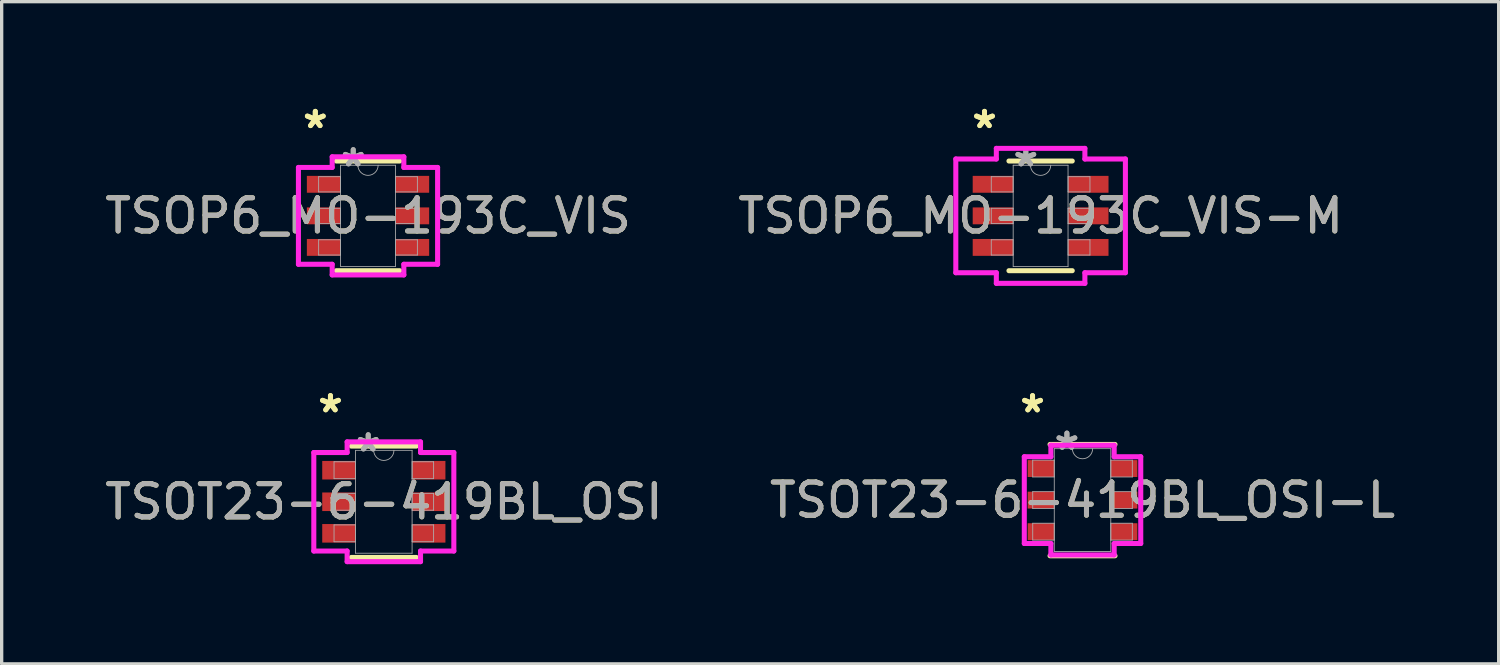
<source format=kicad_pcb>
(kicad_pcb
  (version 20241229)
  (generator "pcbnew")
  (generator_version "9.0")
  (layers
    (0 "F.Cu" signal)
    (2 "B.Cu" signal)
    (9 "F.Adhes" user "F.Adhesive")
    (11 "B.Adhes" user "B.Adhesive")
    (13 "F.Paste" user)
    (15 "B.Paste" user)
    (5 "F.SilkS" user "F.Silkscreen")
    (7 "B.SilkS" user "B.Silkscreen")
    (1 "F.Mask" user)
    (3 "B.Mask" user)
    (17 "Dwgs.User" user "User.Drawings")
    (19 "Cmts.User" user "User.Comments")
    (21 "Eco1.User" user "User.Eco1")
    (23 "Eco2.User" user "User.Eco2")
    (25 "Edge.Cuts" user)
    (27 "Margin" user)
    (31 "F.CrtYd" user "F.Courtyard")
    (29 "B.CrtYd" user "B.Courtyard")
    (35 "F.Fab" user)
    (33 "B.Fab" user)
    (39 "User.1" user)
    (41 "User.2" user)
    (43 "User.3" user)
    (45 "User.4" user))
  (footprint "TSOP6_MO-193C_VIS-M"
    (layer "F.Cu")
    (at 28.28 3.449)
    (property "Reference" "TSOP6_MO-193C_VIS-M" (at 0 0 0) (unlocked yes) (layer "F.SilkS") (effects (font (size 1 1) (thickness 0.15))))
    (attr smd)
    (fp_line (start -0.953 1.651) (end 0.953 1.651) (stroke (width 0.152) (type solid)) (layer "F.SilkS"))
    (fp_line (start 0.953 -1.651) (end -0.953 -1.651) (stroke (width 0.152) (type solid)) (layer "F.SilkS"))
    (fp_line (start -2.553 -1.712) (end -1.333 -1.712) (stroke (width 0.152) (type solid)) (layer "F.CrtYd"))
    (fp_line (start -2.553 1.712) (end -2.553 -1.712) (stroke (width 0.152) (type solid)) (layer "F.CrtYd"))
    (fp_line (start -2.553 1.712) (end -1.333 1.712) (stroke (width 0.152) (type solid)) (layer "F.CrtYd"))
    (fp_line (start -1.333 -2.032) (end 1.333 -2.032) (stroke (width 0.152) (type solid)) (layer "F.CrtYd"))
    (fp_line (start -1.333 -1.712) (end -1.333 -2.032) (stroke (width 0.152) (type solid)) (layer "F.CrtYd"))
    (fp_line (start -1.333 2.032) (end -1.333 1.712) (stroke (width 0.152) (type solid)) (layer "F.CrtYd"))
    (fp_line (start 1.333 -2.032) (end 1.333 -1.712) (stroke (width 0.152) (type solid)) (layer "F.CrtYd"))
    (fp_line (start 1.333 1.712) (end 1.333 2.032) (stroke (width 0.152) (type solid)) (layer "F.CrtYd"))
    (fp_line (start 1.333 2.032) (end -1.333 2.032) (stroke (width 0.152) (type solid)) (layer "F.CrtYd"))
    (fp_line (start 2.553 -1.712) (end 1.333 -1.712) (stroke (width 0.152) (type solid)) (layer "F.CrtYd"))
    (fp_line (start 2.553 -1.712) (end 2.553 1.712) (stroke (width 0.152) (type solid)) (layer "F.CrtYd"))
    (fp_line (start 2.553 1.712) (end 1.333 1.712) (stroke (width 0.152) (type solid)) (layer "F.CrtYd"))
    (fp_line (start -1.486 -1.179) (end -1.486 -0.721) (stroke (width 0.025) (type solid)) (layer "F.Fab"))
    (fp_line (start -1.486 -0.721) (end -0.826 -0.721) (stroke (width 0.025) (type solid)) (layer "F.Fab"))
    (fp_line (start -1.486 -0.229) (end -1.486 0.229) (stroke (width 0.025) (type solid)) (layer "F.Fab"))
    (fp_line (start -1.486 0.229) (end -0.826 0.229) (stroke (width 0.025) (type solid)) (layer "F.Fab"))
    (fp_line (start -1.486 0.721) (end -1.486 1.179) (stroke (width 0.025) (type solid)) (layer "F.Fab"))
    (fp_line (start -1.486 1.179) (end -0.826 1.179) (stroke (width 0.025) (type solid)) (layer "F.Fab"))
    (fp_line (start -0.826 -1.524) (end -0.826 1.524) (stroke (width 0.025) (type solid)) (layer "F.Fab"))
    (fp_line (start -0.826 -1.179) (end -1.486 -1.179) (stroke (width 0.025) (type solid)) (layer "F.Fab"))
    (fp_line (start -0.826 -0.721) (end -0.826 -1.179) (stroke (width 0.025) (type solid)) (layer "F.Fab"))
    (fp_line (start -0.826 -0.229) (end -1.486 -0.229) (stroke (width 0.025) (type solid)) (layer "F.Fab"))
    (fp_line (start -0.826 0.229) (end -0.826 -0.229) (stroke (width 0.025) (type solid)) (layer "F.Fab"))
    (fp_line (start -0.826 0.721) (end -1.486 0.721) (stroke (width 0.025) (type solid)) (layer "F.Fab"))
    (fp_line (start -0.826 1.179) (end -0.826 0.721) (stroke (width 0.025) (type solid)) (layer "F.Fab"))
    (fp_line (start -0.826 1.524) (end 0.826 1.524) (stroke (width 0.025) (type solid)) (layer "F.Fab"))
    (fp_line (start 0.826 -1.524) (end -0.826 -1.524) (stroke (width 0.025) (type solid)) (layer "F.Fab"))
    (fp_line (start 0.826 -1.179) (end 0.826 -0.721) (stroke (width 0.025) (type solid)) (layer "F.Fab"))
    (fp_line (start 0.826 -0.721) (end 1.486 -0.721) (stroke (width 0.025) (type solid)) (layer "F.Fab"))
    (fp_line (start 0.826 -0.229) (end 0.826 0.229) (stroke (width 0.025) (type solid)) (layer "F.Fab"))
    (fp_line (start 0.826 0.229) (end 1.486 0.229) (stroke (width 0.025) (type solid)) (layer "F.Fab"))
    (fp_line (start 0.826 0.721) (end 0.826 1.179) (stroke (width 0.025) (type solid)) (layer "F.Fab"))
    (fp_line (start 0.826 1.179) (end 1.486 1.179) (stroke (width 0.025) (type solid)) (layer "F.Fab"))
    (fp_line (start 0.826 1.524) (end 0.826 -1.524) (stroke (width 0.025) (type solid)) (layer "F.Fab"))
    (fp_line (start 1.486 -1.179) (end 0.826 -1.179) (stroke (width 0.025) (type solid)) (layer "F.Fab"))
    (fp_line (start 1.486 -0.721) (end 1.486 -1.179) (stroke (width 0.025) (type solid)) (layer "F.Fab"))
    (fp_line (start 1.486 -0.229) (end 0.826 -0.229) (stroke (width 0.025) (type solid)) (layer "F.Fab"))
    (fp_line (start 1.486 0.229) (end 1.486 -0.229) (stroke (width 0.025) (type solid)) (layer "F.Fab"))
    (fp_line (start 1.486 0.721) (end 0.826 0.721) (stroke (width 0.025) (type solid)) (layer "F.Fab"))
    (fp_line (start 1.486 1.179) (end 1.486 0.721) (stroke (width 0.025) (type solid)) (layer "F.Fab"))
    (fp_arc (start 0.3048 -1.524) (mid 0 -1.2192) (end -0.3048 -1.524) (stroke (width 0.0254) (type solid)) (layer "F.Fab"))
    (fp_text user "*" (at -1.689 -2.601 0) (layer "F.SilkS") (effects (font (size 1 1) (thickness 0.15))))
    (fp_text user "*" (at -1.689 -2.601 0) (unlocked yes) (layer "F.SilkS") (effects (font (size 1 1) (thickness 0.15))))
    (fp_text user "*" (at -0.445 -1.448 0) (unlocked yes) (layer "F.Fab") (effects (font (size 1 1) (thickness 0.15))))
    (fp_text user "*" (at -0.445 -1.448 0) (layer "F.Fab") (effects (font (size 1 1) (thickness 0.15))))
    (fp_text user "${REFERENCE}" (at 0 0 0) (unlocked yes) (layer "F.Fab") (effects (font (size 1 1) (thickness 0.15))))
    (pad "1" smd rect (at -1.435 -0.95) (size 1.219 0.508) (layers "F.Cu" "F.Mask" "F.Paste"))
    (pad "2" smd rect (at -1.435 0) (size 1.219 0.508) (layers "F.Cu" "F.Mask" "F.Paste"))
    (pad "3" smd rect (at -1.435 0.95) (size 1.219 0.508) (layers "F.Cu" "F.Mask" "F.Paste"))
    (pad "4" smd rect (at 1.435 0.95) (size 1.219 0.508) (layers "F.Cu" "F.Mask" "F.Paste"))
    (pad "5" smd rect (at 1.435 0) (size 1.219 0.508) (layers "F.Cu" "F.Mask" "F.Paste"))
    (pad "6" smd rect (at 1.435 -0.95) (size 1.219 0.508) (layers "F.Cu" "F.Mask" "F.Paste")))
  (footprint "TSOT23-6-419BL_OSI-L"
    (layer "F.Cu")
    (at 29.542 12.007)
    (property "Reference" "TSOT23-6-419BL_OSI-L" (at 0 0 0) (unlocked yes) (layer "F.SilkS") (effects (font (size 1 1) (thickness 0.15))))
    (attr smd)
    (fp_line (start -0.978 1.676) (end 0.978 1.676) (stroke (width 0.152) (type solid)) (layer "F.SilkS"))
    (fp_line (start 0.978 -1.676) (end -0.978 -1.676) (stroke (width 0.152) (type solid)) (layer "F.SilkS"))
    (fp_line (start -1.753 -1.306) (end -0.953 -1.306) (stroke (width 0.152) (type solid)) (layer "F.CrtYd"))
    (fp_line (start -1.753 1.306) (end -1.753 -1.306) (stroke (width 0.152) (type solid)) (layer "F.CrtYd"))
    (fp_line (start -1.753 1.306) (end -0.953 1.306) (stroke (width 0.152) (type solid)) (layer "F.CrtYd"))
    (fp_line (start -0.953 -1.651) (end 0.953 -1.651) (stroke (width 0.152) (type solid)) (layer "F.CrtYd"))
    (fp_line (start -0.953 -1.306) (end -0.953 -1.651) (stroke (width 0.152) (type solid)) (layer "F.CrtYd"))
    (fp_line (start -0.953 1.651) (end -0.953 1.306) (stroke (width 0.152) (type solid)) (layer "F.CrtYd"))
    (fp_line (start 0.953 -1.651) (end 0.953 -1.306) (stroke (width 0.152) (type solid)) (layer "F.CrtYd"))
    (fp_line (start 0.953 1.306) (end 0.953 1.651) (stroke (width 0.152) (type solid)) (layer "F.CrtYd"))
    (fp_line (start 0.953 1.651) (end -0.953 1.651) (stroke (width 0.152) (type solid)) (layer "F.CrtYd"))
    (fp_line (start 1.753 -1.306) (end 0.953 -1.306) (stroke (width 0.152) (type solid)) (layer "F.CrtYd"))
    (fp_line (start 1.753 -1.306) (end 1.753 1.306) (stroke (width 0.152) (type solid)) (layer "F.CrtYd"))
    (fp_line (start 1.753 1.306) (end 0.953 1.306) (stroke (width 0.152) (type solid)) (layer "F.CrtYd"))
    (fp_line (start -1.499 -1.204) (end -1.499 -0.696) (stroke (width 0.025) (type solid)) (layer "F.Fab"))
    (fp_line (start -1.499 -0.696) (end -0.851 -0.696) (stroke (width 0.025) (type solid)) (layer "F.Fab"))
    (fp_line (start -1.499 -0.254) (end -1.499 0.254) (stroke (width 0.025) (type solid)) (layer "F.Fab"))
    (fp_line (start -1.499 0.254) (end -0.851 0.254) (stroke (width 0.025) (type solid)) (layer "F.Fab"))
    (fp_line (start -1.499 0.696) (end -1.499 1.204) (stroke (width 0.025) (type solid)) (layer "F.Fab"))
    (fp_line (start -1.499 1.204) (end -0.851 1.204) (stroke (width 0.025) (type solid)) (layer "F.Fab"))
    (fp_line (start -0.851 -1.549) (end -0.851 1.549) (stroke (width 0.025) (type solid)) (layer "F.Fab"))
    (fp_line (start -0.851 -1.204) (end -1.499 -1.204) (stroke (width 0.025) (type solid)) (layer "F.Fab"))
    (fp_line (start -0.851 -0.696) (end -0.851 -1.204) (stroke (width 0.025) (type solid)) (layer "F.Fab"))
    (fp_line (start -0.851 -0.254) (end -1.499 -0.254) (stroke (width 0.025) (type solid)) (layer "F.Fab"))
    (fp_line (start -0.851 0.254) (end -0.851 -0.254) (stroke (width 0.025) (type solid)) (layer "F.Fab"))
    (fp_line (start -0.851 0.696) (end -1.499 0.696) (stroke (width 0.025) (type solid)) (layer "F.Fab"))
    (fp_line (start -0.851 1.204) (end -0.851 0.696) (stroke (width 0.025) (type solid)) (layer "F.Fab"))
    (fp_line (start -0.851 1.549) (end 0.851 1.549) (stroke (width 0.025) (type solid)) (layer "F.Fab"))
    (fp_line (start 0.851 -1.549) (end -0.851 -1.549) (stroke (width 0.025) (type solid)) (layer "F.Fab"))
    (fp_line (start 0.851 -1.204) (end 0.851 -0.696) (stroke (width 0.025) (type solid)) (layer "F.Fab"))
    (fp_line (start 0.851 -0.696) (end 1.499 -0.696) (stroke (width 0.025) (type solid)) (layer "F.Fab"))
    (fp_line (start 0.851 -0.254) (end 0.851 0.254) (stroke (width 0.025) (type solid)) (layer "F.Fab"))
    (fp_line (start 0.851 0.254) (end 1.499 0.254) (stroke (width 0.025) (type solid)) (layer "F.Fab"))
    (fp_line (start 0.851 0.696) (end 0.851 1.204) (stroke (width 0.025) (type solid)) (layer "F.Fab"))
    (fp_line (start 0.851 1.204) (end 1.499 1.204) (stroke (width 0.025) (type solid)) (layer "F.Fab"))
    (fp_line (start 0.851 1.549) (end 0.851 -1.549) (stroke (width 0.025) (type solid)) (layer "F.Fab"))
    (fp_line (start 1.499 -1.204) (end 0.851 -1.204) (stroke (width 0.025) (type solid)) (layer "F.Fab"))
    (fp_line (start 1.499 -0.696) (end 1.499 -1.204) (stroke (width 0.025) (type solid)) (layer "F.Fab"))
    (fp_line (start 1.499 -0.254) (end 0.851 -0.254) (stroke (width 0.025) (type solid)) (layer "F.Fab"))
    (fp_line (start 1.499 0.254) (end 1.499 -0.254) (stroke (width 0.025) (type solid)) (layer "F.Fab"))
    (fp_line (start 1.499 0.696) (end 0.851 0.696) (stroke (width 0.025) (type solid)) (layer "F.Fab"))
    (fp_line (start 1.499 1.204) (end 1.499 0.696) (stroke (width 0.025) (type solid)) (layer "F.Fab"))
    (fp_arc (start 0.3048 -1.5494) (mid 0 -1.2446) (end -0.3048 -1.5494) (stroke (width 0.0254) (type solid)) (layer "F.Fab"))
    (fp_text user "*" (at -1.505 -2.601 0) (layer "F.SilkS") (effects (font (size 1 1) (thickness 0.15))))
    (fp_text user "*" (at -1.505 -2.601 0) (unlocked yes) (layer "F.SilkS") (effects (font (size 1 1) (thickness 0.15))))
    (fp_text user "*" (at -0.47 -1.473 0) (layer "F.Fab") (effects (font (size 1 1) (thickness 0.15))))
    (fp_text user "*" (at -0.47 -1.473 0) (unlocked yes) (layer "F.Fab") (effects (font (size 1 1) (thickness 0.15))))
    (fp_text user "${REFERENCE}" (at 0 0 0) (unlocked yes) (layer "F.Fab") (effects (font (size 1 1) (thickness 0.15))))
    (pad "1" smd rect (at -1.251 -0.95) (size 0.8 0.508) (layers "F.Cu" "F.Mask" "F.Paste"))
    (pad "2" smd rect (at -1.251 0) (size 0.8 0.508) (layers "F.Cu" "F.Mask" "F.Paste"))
    (pad "3" smd rect (at -1.251 0.95) (size 0.8 0.508) (layers "F.Cu" "F.Mask" "F.Paste"))
    (pad "4" smd rect (at 1.251 0.95) (size 0.8 0.508) (layers "F.Cu" "F.Mask" "F.Paste"))
    (pad "5" smd rect (at 1.251 0) (size 0.8 0.508) (layers "F.Cu" "F.Mask" "F.Paste"))
    (pad "6" smd rect (at 1.251 -0.95) (size 0.8 0.508) (layers "F.Cu" "F.Mask" "F.Paste")))
  (footprint "TSOT23-6-419BL_OSI"
    (layer "F.Cu")
    (at 8.506 12.057)
    (property "Reference" "TSOT23-6-419BL_OSI" (at 0 0 0) (unlocked yes) (layer "F.SilkS") (effects (font (size 1 1) (thickness 0.15))))
    (attr smd)
    (fp_line (start -0.978 1.676) (end 0.978 1.676) (stroke (width 0.152) (type solid)) (layer "F.SilkS"))
    (fp_line (start 0.978 -1.676) (end -0.978 -1.676) (stroke (width 0.152) (type solid)) (layer "F.SilkS"))
    (fp_line (start -2.108 -1.483) (end -1.105 -1.483) (stroke (width 0.152) (type solid)) (layer "F.CrtYd"))
    (fp_line (start -2.108 1.483) (end -2.108 -1.483) (stroke (width 0.152) (type solid)) (layer "F.CrtYd"))
    (fp_line (start -2.108 1.483) (end -1.105 1.483) (stroke (width 0.152) (type solid)) (layer "F.CrtYd"))
    (fp_line (start -1.105 -1.803) (end 1.105 -1.803) (stroke (width 0.152) (type solid)) (layer "F.CrtYd"))
    (fp_line (start -1.105 -1.483) (end -1.105 -1.803) (stroke (width 0.152) (type solid)) (layer "F.CrtYd"))
    (fp_line (start -1.105 1.803) (end -1.105 1.483) (stroke (width 0.152) (type solid)) (layer "F.CrtYd"))
    (fp_line (start 1.105 -1.803) (end 1.105 -1.483) (stroke (width 0.152) (type solid)) (layer "F.CrtYd"))
    (fp_line (start 1.105 1.483) (end 1.105 1.803) (stroke (width 0.152) (type solid)) (layer "F.CrtYd"))
    (fp_line (start 1.105 1.803) (end -1.105 1.803) (stroke (width 0.152) (type solid)) (layer "F.CrtYd"))
    (fp_line (start 2.108 -1.483) (end 1.105 -1.483) (stroke (width 0.152) (type solid)) (layer "F.CrtYd"))
    (fp_line (start 2.108 -1.483) (end 2.108 1.483) (stroke (width 0.152) (type solid)) (layer "F.CrtYd"))
    (fp_line (start 2.108 1.483) (end 1.105 1.483) (stroke (width 0.152) (type solid)) (layer "F.CrtYd"))
    (fp_line (start -1.499 -1.204) (end -1.499 -0.696) (stroke (width 0.025) (type solid)) (layer "F.Fab"))
    (fp_line (start -1.499 -0.696) (end -0.851 -0.696) (stroke (width 0.025) (type solid)) (layer "F.Fab"))
    (fp_line (start -1.499 -0.254) (end -1.499 0.254) (stroke (width 0.025) (type solid)) (layer "F.Fab"))
    (fp_line (start -1.499 0.254) (end -0.851 0.254) (stroke (width 0.025) (type solid)) (layer "F.Fab"))
    (fp_line (start -1.499 0.696) (end -1.499 1.204) (stroke (width 0.025) (type solid)) (layer "F.Fab"))
    (fp_line (start -1.499 1.204) (end -0.851 1.204) (stroke (width 0.025) (type solid)) (layer "F.Fab"))
    (fp_line (start -0.851 -1.549) (end -0.851 1.549) (stroke (width 0.025) (type solid)) (layer "F.Fab"))
    (fp_line (start -0.851 -1.204) (end -1.499 -1.204) (stroke (width 0.025) (type solid)) (layer "F.Fab"))
    (fp_line (start -0.851 -0.696) (end -0.851 -1.204) (stroke (width 0.025) (type solid)) (layer "F.Fab"))
    (fp_line (start -0.851 -0.254) (end -1.499 -0.254) (stroke (width 0.025) (type solid)) (layer "F.Fab"))
    (fp_line (start -0.851 0.254) (end -0.851 -0.254) (stroke (width 0.025) (type solid)) (layer "F.Fab"))
    (fp_line (start -0.851 0.696) (end -1.499 0.696) (stroke (width 0.025) (type solid)) (layer "F.Fab"))
    (fp_line (start -0.851 1.204) (end -0.851 0.696) (stroke (width 0.025) (type solid)) (layer "F.Fab"))
    (fp_line (start -0.851 1.549) (end 0.851 1.549) (stroke (width 0.025) (type solid)) (layer "F.Fab"))
    (fp_line (start 0.851 -1.549) (end -0.851 -1.549) (stroke (width 0.025) (type solid)) (layer "F.Fab"))
    (fp_line (start 0.851 -1.204) (end 0.851 -0.696) (stroke (width 0.025) (type solid)) (layer "F.Fab"))
    (fp_line (start 0.851 -0.696) (end 1.499 -0.696) (stroke (width 0.025) (type solid)) (layer "F.Fab"))
    (fp_line (start 0.851 -0.254) (end 0.851 0.254) (stroke (width 0.025) (type solid)) (layer "F.Fab"))
    (fp_line (start 0.851 0.254) (end 1.499 0.254) (stroke (width 0.025) (type solid)) (layer "F.Fab"))
    (fp_line (start 0.851 0.696) (end 0.851 1.204) (stroke (width 0.025) (type solid)) (layer "F.Fab"))
    (fp_line (start 0.851 1.204) (end 1.499 1.204) (stroke (width 0.025) (type solid)) (layer "F.Fab"))
    (fp_line (start 0.851 1.549) (end 0.851 -1.549) (stroke (width 0.025) (type solid)) (layer "F.Fab"))
    (fp_line (start 1.499 -1.204) (end 0.851 -1.204) (stroke (width 0.025) (type solid)) (layer "F.Fab"))
    (fp_line (start 1.499 -0.696) (end 1.499 -1.204) (stroke (width 0.025) (type solid)) (layer "F.Fab"))
    (fp_line (start 1.499 -0.254) (end 0.851 -0.254) (stroke (width 0.025) (type solid)) (layer "F.Fab"))
    (fp_line (start 1.499 0.254) (end 1.499 -0.254) (stroke (width 0.025) (type solid)) (layer "F.Fab"))
    (fp_line (start 1.499 0.696) (end 0.851 0.696) (stroke (width 0.025) (type solid)) (layer "F.Fab"))
    (fp_line (start 1.499 1.204) (end 1.499 0.696) (stroke (width 0.025) (type solid)) (layer "F.Fab"))
    (fp_arc (start 0.3048 -1.5494) (mid 0 -1.2446) (end -0.3048 -1.5494) (stroke (width 0.0254) (type solid)) (layer "F.Fab"))
    (fp_text user "*" (at -1.607 -2.652 0) (layer "F.SilkS") (effects (font (size 1 1) (thickness 0.15))))
    (fp_text user "*" (at -1.607 -2.652 0) (unlocked yes) (layer "F.SilkS") (effects (font (size 1 1) (thickness 0.15))))
    (fp_text user "*" (at -0.47 -1.473 0) (layer "F.Fab") (effects (font (size 1 1) (thickness 0.15))))
    (fp_text user "${REFERENCE}" (at 0 0 0) (unlocked yes) (layer "F.Fab") (effects (font (size 1 1) (thickness 0.15))))
    (fp_text user "*" (at -0.47 -1.473 0) (unlocked yes) (layer "F.Fab") (effects (font (size 1 1) (thickness 0.15))))
    (pad "1" smd rect (at -1.353 -0.95) (size 1.003 0.559) (layers "F.Cu" "F.Mask" "F.Paste"))
    (pad "2" smd rect (at -1.353 0) (size 1.003 0.559) (layers "F.Cu" "F.Mask" "F.Paste"))
    (pad "3" smd rect (at -1.353 0.95) (size 1.003 0.559) (layers "F.Cu" "F.Mask" "F.Paste"))
    (pad "4" smd rect (at 1.353 0.95) (size 1.003 0.559) (layers "F.Cu" "F.Mask" "F.Paste"))
    (pad "5" smd rect (at 1.353 0) (size 1.003 0.559) (layers "F.Cu" "F.Mask" "F.Paste"))
    (pad "6" smd rect (at 1.353 -0.95) (size 1.003 0.559) (layers "F.Cu" "F.Mask" "F.Paste")))
  (footprint "TSOP6_MO-193C_VIS"
    (layer "F.Cu")
    (at 8.03 3.449)
    (property "Reference" "TSOP6_MO-193C_VIS" (at 0 0 0) (unlocked yes) (layer "F.SilkS") (effects (font (size 1 1) (thickness 0.15))))
    (attr smd)
    (fp_line (start -0.953 1.651) (end 0.953 1.651) (stroke (width 0.152) (type solid)) (layer "F.SilkS"))
    (fp_line (start 0.953 -1.651) (end -0.953 -1.651) (stroke (width 0.152) (type solid)) (layer "F.SilkS"))
    (fp_line (start -2.095 -1.458) (end -1.079 -1.458) (stroke (width 0.152) (type solid)) (layer "F.CrtYd"))
    (fp_line (start -2.095 1.458) (end -2.095 -1.458) (stroke (width 0.152) (type solid)) (layer "F.CrtYd"))
    (fp_line (start -2.095 1.458) (end -1.079 1.458) (stroke (width 0.152) (type solid)) (layer "F.CrtYd"))
    (fp_line (start -1.079 -1.778) (end 1.079 -1.778) (stroke (width 0.152) (type solid)) (layer "F.CrtYd"))
    (fp_line (start -1.079 -1.458) (end -1.079 -1.778) (stroke (width 0.152) (type solid)) (layer "F.CrtYd"))
    (fp_line (start -1.079 1.778) (end -1.079 1.458) (stroke (width 0.152) (type solid)) (layer "F.CrtYd"))
    (fp_line (start 1.079 -1.778) (end 1.079 -1.458) (stroke (width 0.152) (type solid)) (layer "F.CrtYd"))
    (fp_line (start 1.079 1.458) (end 1.079 1.778) (stroke (width 0.152) (type solid)) (layer "F.CrtYd"))
    (fp_line (start 1.079 1.778) (end -1.079 1.778) (stroke (width 0.152) (type solid)) (layer "F.CrtYd"))
    (fp_line (start 2.095 -1.458) (end 1.079 -1.458) (stroke (width 0.152) (type solid)) (layer "F.CrtYd"))
    (fp_line (start 2.095 -1.458) (end 2.095 1.458) (stroke (width 0.152) (type solid)) (layer "F.CrtYd"))
    (fp_line (start 2.095 1.458) (end 1.079 1.458) (stroke (width 0.152) (type solid)) (layer "F.CrtYd"))
    (fp_line (start -1.486 -1.179) (end -1.486 -0.721) (stroke (width 0.025) (type solid)) (layer "F.Fab"))
    (fp_line (start -1.486 -0.721) (end -0.826 -0.721) (stroke (width 0.025) (type solid)) (layer "F.Fab"))
    (fp_line (start -1.486 -0.229) (end -1.486 0.229) (stroke (width 0.025) (type solid)) (layer "F.Fab"))
    (fp_line (start -1.486 0.229) (end -0.826 0.229) (stroke (width 0.025) (type solid)) (layer "F.Fab"))
    (fp_line (start -1.486 0.721) (end -1.486 1.179) (stroke (width 0.025) (type solid)) (layer "F.Fab"))
    (fp_line (start -1.486 1.179) (end -0.826 1.179) (stroke (width 0.025) (type solid)) (layer "F.Fab"))
    (fp_line (start -0.826 -1.524) (end -0.826 1.524) (stroke (width 0.025) (type solid)) (layer "F.Fab"))
    (fp_line (start -0.826 -1.179) (end -1.486 -1.179) (stroke (width 0.025) (type solid)) (layer "F.Fab"))
    (fp_line (start -0.826 -0.721) (end -0.826 -1.179) (stroke (width 0.025) (type solid)) (layer "F.Fab"))
    (fp_line (start -0.826 -0.229) (end -1.486 -0.229) (stroke (width 0.025) (type solid)) (layer "F.Fab"))
    (fp_line (start -0.826 0.229) (end -0.826 -0.229) (stroke (width 0.025) (type solid)) (layer "F.Fab"))
    (fp_line (start -0.826 0.721) (end -1.486 0.721) (stroke (width 0.025) (type solid)) (layer "F.Fab"))
    (fp_line (start -0.826 1.179) (end -0.826 0.721) (stroke (width 0.025) (type solid)) (layer "F.Fab"))
    (fp_line (start -0.826 1.524) (end 0.826 1.524) (stroke (width 0.025) (type solid)) (layer "F.Fab"))
    (fp_line (start 0.826 -1.524) (end -0.826 -1.524) (stroke (width 0.025) (type solid)) (layer "F.Fab"))
    (fp_line (start 0.826 -1.179) (end 0.826 -0.721) (stroke (width 0.025) (type solid)) (layer "F.Fab"))
    (fp_line (start 0.826 -0.721) (end 1.486 -0.721) (stroke (width 0.025) (type solid)) (layer "F.Fab"))
    (fp_line (start 0.826 -0.229) (end 0.826 0.229) (stroke (width 0.025) (type solid)) (layer "F.Fab"))
    (fp_line (start 0.826 0.229) (end 1.486 0.229) (stroke (width 0.025) (type solid)) (layer "F.Fab"))
    (fp_line (start 0.826 0.721) (end 0.826 1.179) (stroke (width 0.025) (type solid)) (layer "F.Fab"))
    (fp_line (start 0.826 1.179) (end 1.486 1.179) (stroke (width 0.025) (type solid)) (layer "F.Fab"))
    (fp_line (start 0.826 1.524) (end 0.826 -1.524) (stroke (width 0.025) (type solid)) (layer "F.Fab"))
    (fp_line (start 1.486 -1.179) (end 0.826 -1.179) (stroke (width 0.025) (type solid)) (layer "F.Fab"))
    (fp_line (start 1.486 -0.721) (end 1.486 -1.179) (stroke (width 0.025) (type solid)) (layer "F.Fab"))
    (fp_line (start 1.486 -0.229) (end 0.826 -0.229) (stroke (width 0.025) (type solid)) (layer "F.Fab"))
    (fp_line (start 1.486 0.229) (end 1.486 -0.229) (stroke (width 0.025) (type solid)) (layer "F.Fab"))
    (fp_line (start 1.486 0.721) (end 0.826 0.721) (stroke (width 0.025) (type solid)) (layer "F.Fab"))
    (fp_line (start 1.486 1.179) (end 1.486 0.721) (stroke (width 0.025) (type solid)) (layer "F.Fab"))
    (fp_arc (start 0.3048 -1.524) (mid 0 -1.2192) (end -0.3048 -1.524) (stroke (width 0.0254) (type solid)) (layer "F.Fab"))
    (fp_text user "*" (at -1.587 -2.601 0) (unlocked yes) (layer "F.SilkS") (effects (font (size 1 1) (thickness 0.15))))
    (fp_text user "*" (at -1.587 -2.601 0) (layer "F.SilkS") (effects (font (size 1 1) (thickness 0.15))))
    (fp_text user "*" (at -0.445 -1.448 0) (unlocked yes) (layer "F.Fab") (effects (font (size 1 1) (thickness 0.15))))
    (fp_text user "*" (at -0.445 -1.448 0) (layer "F.Fab") (effects (font (size 1 1) (thickness 0.15))))
    (fp_text user "${REFERENCE}" (at 0 0 0) (unlocked yes) (layer "F.Fab") (effects (font (size 1 1) (thickness 0.15))))
    (pad "1" smd rect (at -1.333 -0.95) (size 1.016 0.508) (layers "F.Cu" "F.Mask" "F.Paste"))
    (pad "2" smd rect (at -1.333 0) (size 1.016 0.508) (layers "F.Cu" "F.Mask" "F.Paste"))
    (pad "3" smd rect (at -1.333 0.95) (size 1.016 0.508) (layers "F.Cu" "F.Mask" "F.Paste"))
    (pad "4" smd rect (at 1.333 0.95) (size 1.016 0.508) (layers "F.Cu" "F.Mask" "F.Paste"))
    (pad "5" smd rect (at 1.333 0) (size 1.016 0.508) (layers "F.Cu" "F.Mask" "F.Paste"))
    (pad "6" smd rect (at 1.333 -0.95) (size 1.016 0.508) (layers "F.Cu" "F.Mask" "F.Paste")))
  (gr_rect
    (start -3 -3)
    (end 42.071 16.937)
    (stroke (width 0.1) (type default))
    (fill no)
    (layer "Edge.Cuts")))
</source>
